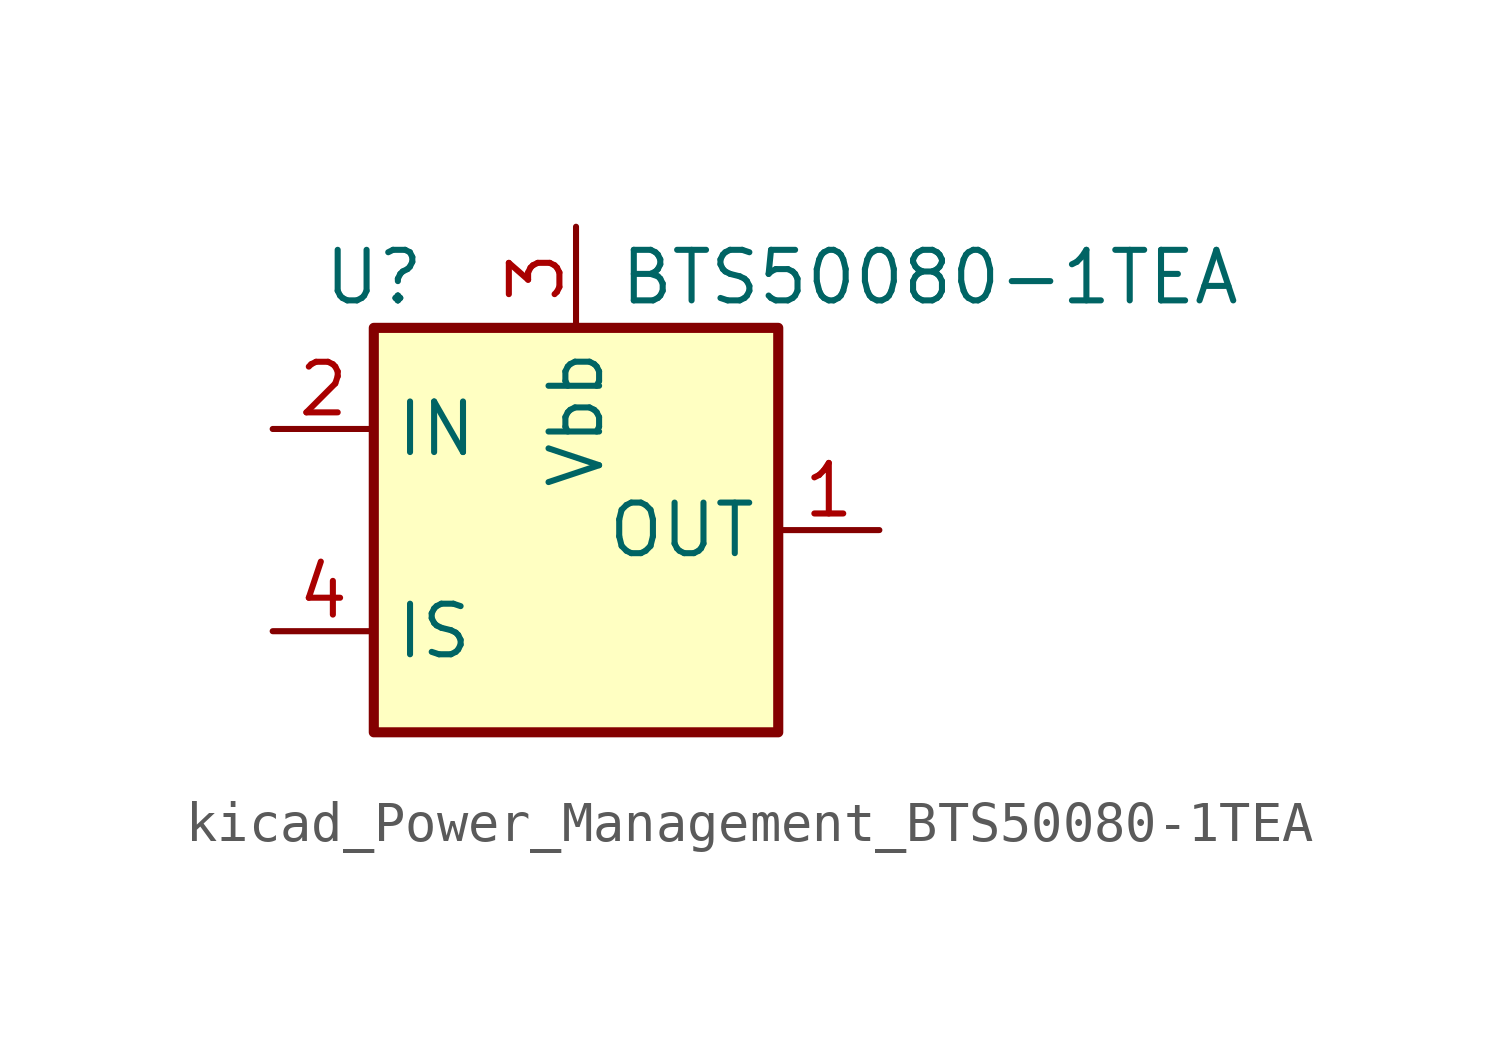
<source format=kicad_sym>
(kicad_symbol_lib
  (version 20220914)
  (generator kicad_symbol_editor)
  (symbol "kicad_Power_Management_BTS50080-1TEA"
    (property "Reference" "U"
      (at -5.08 6.35 0)
      (effects (font (size 1.27 1.27))))
    (property "Value" "BTS50080-1TEA"
      (at 8.89 6.35 0)
      (effects (font (size 1.27 1.27))))
    (symbol "kicad_Power_Management_BTS50080-1TEA_0_1"
      (rectangle (start -5.08 5.08) (end 5.08 -5.08) (stroke (width 0.254) (type default)) (fill (type background))))
    (symbol "kicad_Power_Management_BTS50080-1TEA_1_1"
      (pin power_out line (at 7.62 0 180) (length 2.54) (name "OUT" (effects (font (size 1.27 1.27)))) (number "1" (effects (font (size 1.27 1.27)))))
      (pin input line (at -7.62 2.54 0) (length 2.54) (name "IN" (effects (font (size 1.27 1.27)))) (number "2" (effects (font (size 1.27 1.27)))))
      (pin power_in line (at 0 7.62 270) (length 2.54) (name "Vbb" (effects (font (size 1.27 1.27)))) (number "3" (effects (font (size 1.27 1.27)))))
      (pin output line (at -7.62 -2.54 0) (length 2.54) (name "IS" (effects (font (size 1.27 1.27)))) (number "4" (effects (font (size 1.27 1.27)))))
      (pin passive line (at 7.62 0 180) (length 2.54) hide (name "OUT" (effects (font (size 1.27 1.27)))) (number "5" (effects (font (size 1.27 1.27))))))))
</source>
